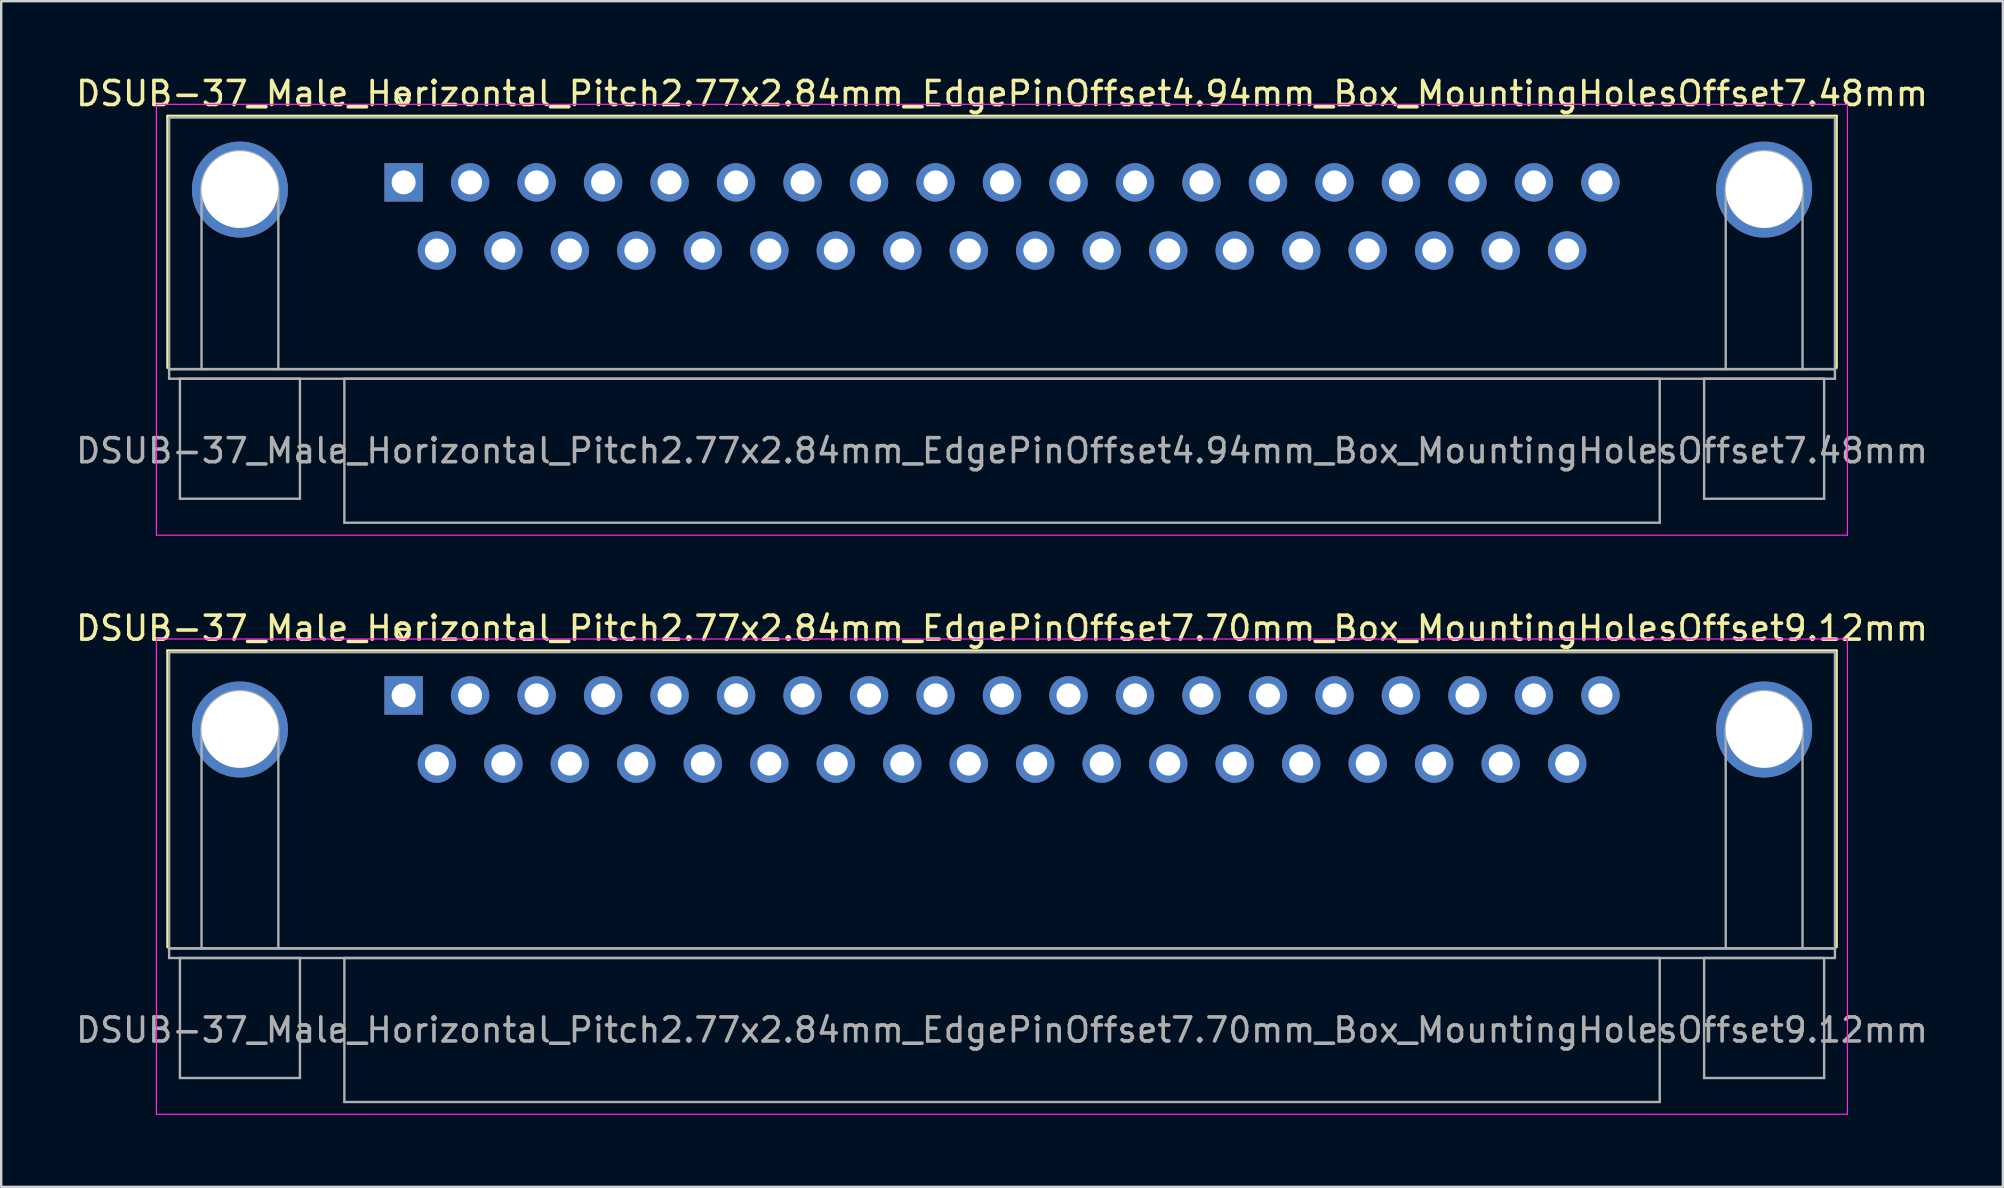
<source format=kicad_pcb>
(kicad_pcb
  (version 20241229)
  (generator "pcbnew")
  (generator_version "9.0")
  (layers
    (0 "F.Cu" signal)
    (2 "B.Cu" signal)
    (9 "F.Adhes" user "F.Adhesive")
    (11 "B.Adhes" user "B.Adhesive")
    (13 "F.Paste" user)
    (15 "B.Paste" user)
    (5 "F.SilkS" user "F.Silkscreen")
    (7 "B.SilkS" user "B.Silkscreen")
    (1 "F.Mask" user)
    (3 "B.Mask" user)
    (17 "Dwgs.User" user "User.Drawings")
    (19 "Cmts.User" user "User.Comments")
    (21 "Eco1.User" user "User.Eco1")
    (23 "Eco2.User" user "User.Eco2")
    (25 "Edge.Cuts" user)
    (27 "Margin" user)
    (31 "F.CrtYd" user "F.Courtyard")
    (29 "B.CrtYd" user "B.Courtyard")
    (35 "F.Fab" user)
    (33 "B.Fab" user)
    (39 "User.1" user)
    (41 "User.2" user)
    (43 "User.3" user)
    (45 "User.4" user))
  (footprint "DSUB-37_Male_Horizontal_Pitch2.77x2.84mm_EdgePinOffset7.70mm_Box_MountingHolesOffset9.12mm"
    (layer "F.Cu")
    (at 13.766 25.922)
    (property "Reference" "DSUB-37_Male_Horizontal_Pitch2.77x2.84mm_EdgePinOffset7.70mm_Box_MountingHolesOffset9.12mm" (at 24.93 -2.8 0) (layer "F.SilkS") (effects (font (size 1 1) (thickness 0.15))))
    (attr through_hole)
    (fp_line (start -9.83 -1.86) (end 59.69 -1.86) (stroke (width 0.12) (type solid)) (layer "F.SilkS"))
    (fp_line (start -9.83 10.48) (end -9.83 -1.86) (stroke (width 0.12) (type solid)) (layer "F.SilkS"))
    (fp_line (start -0.25 -2.754) (end 0.25 -2.754) (stroke (width 0.12) (type solid)) (layer "F.SilkS"))
    (fp_line (start 0 -2.321) (end -0.25 -2.754) (stroke (width 0.12) (type solid)) (layer "F.SilkS"))
    (fp_line (start 0.25 -2.754) (end 0 -2.321) (stroke (width 0.12) (type solid)) (layer "F.SilkS"))
    (fp_line (start 59.69 -1.86) (end 59.69 10.48) (stroke (width 0.12) (type solid)) (layer "F.SilkS"))
    (fp_line (start -10.3 -2.35) (end -10.3 17.45) (stroke (width 0.05) (type solid)) (layer "F.CrtYd"))
    (fp_line (start -10.3 17.45) (end 60.15 17.45) (stroke (width 0.05) (type solid)) (layer "F.CrtYd"))
    (fp_line (start 60.15 -2.35) (end -10.3 -2.35) (stroke (width 0.05) (type solid)) (layer "F.CrtYd"))
    (fp_line (start 60.15 17.45) (end 60.15 -2.35) (stroke (width 0.05) (type solid)) (layer "F.CrtYd"))
    (fp_line (start -9.77 -1.8) (end -9.77 10.54) (stroke (width 0.1) (type solid)) (layer "F.Fab"))
    (fp_line (start -9.77 10.54) (end -9.77 10.94) (stroke (width 0.1) (type solid)) (layer "F.Fab"))
    (fp_line (start -9.77 10.54) (end 59.63 10.54) (stroke (width 0.1) (type solid)) (layer "F.Fab"))
    (fp_line (start -9.77 10.94) (end 59.63 10.94) (stroke (width 0.1) (type solid)) (layer "F.Fab"))
    (fp_line (start -9.32 10.94) (end -9.32 15.94) (stroke (width 0.1) (type solid)) (layer "F.Fab"))
    (fp_line (start -9.32 15.94) (end -4.32 15.94) (stroke (width 0.1) (type solid)) (layer "F.Fab"))
    (fp_line (start -8.42 10.54) (end -8.42 1.42) (stroke (width 0.1) (type solid)) (layer "F.Fab"))
    (fp_line (start -5.22 10.54) (end -5.22 1.42) (stroke (width 0.1) (type solid)) (layer "F.Fab"))
    (fp_line (start -4.32 10.94) (end -9.32 10.94) (stroke (width 0.1) (type solid)) (layer "F.Fab"))
    (fp_line (start -4.32 15.94) (end -4.32 10.94) (stroke (width 0.1) (type solid)) (layer "F.Fab"))
    (fp_line (start -2.47 10.94) (end -2.47 16.94) (stroke (width 0.1) (type solid)) (layer "F.Fab"))
    (fp_line (start -2.47 16.94) (end 52.33 16.94) (stroke (width 0.1) (type solid)) (layer "F.Fab"))
    (fp_line (start 52.33 10.94) (end -2.47 10.94) (stroke (width 0.1) (type solid)) (layer "F.Fab"))
    (fp_line (start 52.33 16.94) (end 52.33 10.94) (stroke (width 0.1) (type solid)) (layer "F.Fab"))
    (fp_line (start 54.18 10.94) (end 54.18 15.94) (stroke (width 0.1) (type solid)) (layer "F.Fab"))
    (fp_line (start 54.18 15.94) (end 59.18 15.94) (stroke (width 0.1) (type solid)) (layer "F.Fab"))
    (fp_line (start 55.08 10.54) (end 55.08 1.42) (stroke (width 0.1) (type solid)) (layer "F.Fab"))
    (fp_line (start 58.28 10.54) (end 58.28 1.42) (stroke (width 0.1) (type solid)) (layer "F.Fab"))
    (fp_line (start 59.18 10.94) (end 54.18 10.94) (stroke (width 0.1) (type solid)) (layer "F.Fab"))
    (fp_line (start 59.18 15.94) (end 59.18 10.94) (stroke (width 0.1) (type solid)) (layer "F.Fab"))
    (fp_line (start 59.63 -1.8) (end -9.77 -1.8) (stroke (width 0.1) (type solid)) (layer "F.Fab"))
    (fp_line (start 59.63 10.54) (end -9.77 10.54) (stroke (width 0.1) (type solid)) (layer "F.Fab"))
    (fp_line (start 59.63 10.54) (end 59.63 -1.8) (stroke (width 0.1) (type solid)) (layer "F.Fab"))
    (fp_line (start 59.63 10.94) (end 59.63 10.54) (stroke (width 0.1) (type solid)) (layer "F.Fab"))
    (fp_arc (start -8.42 1.42) (mid -6.82 -0.18) (end -5.22 1.42) (stroke (width 0.1) (type solid)) (layer "F.Fab"))
    (fp_arc (start 55.08 1.42) (mid 56.68 -0.18) (end 58.28 1.42) (stroke (width 0.1) (type solid)) (layer "F.Fab"))
    (fp_text user "${REFERENCE}" (at 24.93 13.94 0) (layer "F.Fab") (effects (font (size 1 1) (thickness 0.15))))
    (pad "0" thru_hole circle (at -6.82 1.42) (size 4 4) (drill 3.2) (layers "*.Cu" "*.Mask"))
    (pad "0" thru_hole circle (at 56.68 1.42) (size 4 4) (drill 3.2) (layers "*.Cu" "*.Mask"))
    (pad "1" thru_hole rect (at 0 0) (size 1.6 1.6) (drill 1) (layers "*.Cu" "*.Mask"))
    (pad "2" thru_hole circle (at 2.77 0) (size 1.6 1.6) (drill 1) (layers "*.Cu" "*.Mask"))
    (pad "3" thru_hole circle (at 5.54 0) (size 1.6 1.6) (drill 1) (layers "*.Cu" "*.Mask"))
    (pad "4" thru_hole circle (at 8.31 0) (size 1.6 1.6) (drill 1) (layers "*.Cu" "*.Mask"))
    (pad "5" thru_hole circle (at 11.08 0) (size 1.6 1.6) (drill 1) (layers "*.Cu" "*.Mask"))
    (pad "6" thru_hole circle (at 13.85 0) (size 1.6 1.6) (drill 1) (layers "*.Cu" "*.Mask"))
    (pad "7" thru_hole circle (at 16.62 0) (size 1.6 1.6) (drill 1) (layers "*.Cu" "*.Mask"))
    (pad "8" thru_hole circle (at 19.39 0) (size 1.6 1.6) (drill 1) (layers "*.Cu" "*.Mask"))
    (pad "9" thru_hole circle (at 22.16 0) (size 1.6 1.6) (drill 1) (layers "*.Cu" "*.Mask"))
    (pad "10" thru_hole circle (at 24.93 0) (size 1.6 1.6) (drill 1) (layers "*.Cu" "*.Mask"))
    (pad "11" thru_hole circle (at 27.7 0) (size 1.6 1.6) (drill 1) (layers "*.Cu" "*.Mask"))
    (pad "12" thru_hole circle (at 30.47 0) (size 1.6 1.6) (drill 1) (layers "*.Cu" "*.Mask"))
    (pad "13" thru_hole circle (at 33.24 0) (size 1.6 1.6) (drill 1) (layers "*.Cu" "*.Mask"))
    (pad "14" thru_hole circle (at 36.01 0) (size 1.6 1.6) (drill 1) (layers "*.Cu" "*.Mask"))
    (pad "15" thru_hole circle (at 38.78 0) (size 1.6 1.6) (drill 1) (layers "*.Cu" "*.Mask"))
    (pad "16" thru_hole circle (at 41.55 0) (size 1.6 1.6) (drill 1) (layers "*.Cu" "*.Mask"))
    (pad "17" thru_hole circle (at 44.32 0) (size 1.6 1.6) (drill 1) (layers "*.Cu" "*.Mask"))
    (pad "18" thru_hole circle (at 47.09 0) (size 1.6 1.6) (drill 1) (layers "*.Cu" "*.Mask"))
    (pad "19" thru_hole circle (at 49.86 0) (size 1.6 1.6) (drill 1) (layers "*.Cu" "*.Mask"))
    (pad "20" thru_hole circle (at 1.385 2.84) (size 1.6 1.6) (drill 1) (layers "*.Cu" "*.Mask"))
    (pad "21" thru_hole circle (at 4.155 2.84) (size 1.6 1.6) (drill 1) (layers "*.Cu" "*.Mask"))
    (pad "22" thru_hole circle (at 6.925 2.84) (size 1.6 1.6) (drill 1) (layers "*.Cu" "*.Mask"))
    (pad "23" thru_hole circle (at 9.695 2.84) (size 1.6 1.6) (drill 1) (layers "*.Cu" "*.Mask"))
    (pad "24" thru_hole circle (at 12.465 2.84) (size 1.6 1.6) (drill 1) (layers "*.Cu" "*.Mask"))
    (pad "25" thru_hole circle (at 15.235 2.84) (size 1.6 1.6) (drill 1) (layers "*.Cu" "*.Mask"))
    (pad "26" thru_hole circle (at 18.005 2.84) (size 1.6 1.6) (drill 1) (layers "*.Cu" "*.Mask"))
    (pad "27" thru_hole circle (at 20.775 2.84) (size 1.6 1.6) (drill 1) (layers "*.Cu" "*.Mask"))
    (pad "28" thru_hole circle (at 23.545 2.84) (size 1.6 1.6) (drill 1) (layers "*.Cu" "*.Mask"))
    (pad "29" thru_hole circle (at 26.315 2.84) (size 1.6 1.6) (drill 1) (layers "*.Cu" "*.Mask"))
    (pad "30" thru_hole circle (at 29.085 2.84) (size 1.6 1.6) (drill 1) (layers "*.Cu" "*.Mask"))
    (pad "31" thru_hole circle (at 31.855 2.84) (size 1.6 1.6) (drill 1) (layers "*.Cu" "*.Mask"))
    (pad "32" thru_hole circle (at 34.625 2.84) (size 1.6 1.6) (drill 1) (layers "*.Cu" "*.Mask"))
    (pad "33" thru_hole circle (at 37.395 2.84) (size 1.6 1.6) (drill 1) (layers "*.Cu" "*.Mask"))
    (pad "34" thru_hole circle (at 40.165 2.84) (size 1.6 1.6) (drill 1) (layers "*.Cu" "*.Mask"))
    (pad "35" thru_hole circle (at 42.935 2.84) (size 1.6 1.6) (drill 1) (layers "*.Cu" "*.Mask"))
    (pad "36" thru_hole circle (at 45.705 2.84) (size 1.6 1.6) (drill 1) (layers "*.Cu" "*.Mask"))
    (pad "37" thru_hole circle (at 48.475 2.84) (size 1.6 1.6) (drill 1) (layers "*.Cu" "*.Mask")))
  (footprint "DSUB-37_Male_Horizontal_Pitch2.77x2.84mm_EdgePinOffset4.94mm_Box_MountingHolesOffset7.48mm"
    (layer "F.Cu")
    (at 13.766 4.548)
    (property "Reference" "DSUB-37_Male_Horizontal_Pitch2.77x2.84mm_EdgePinOffset4.94mm_Box_MountingHolesOffset7.48mm" (at 24.93 -3.7 0) (layer "F.SilkS") (effects (font (size 1 1) (thickness 0.15))))
    (attr through_hole)
    (fp_line (start -9.83 -2.76) (end 59.69 -2.76) (stroke (width 0.12) (type solid)) (layer "F.SilkS"))
    (fp_line (start -9.83 7.72) (end -9.83 -2.76) (stroke (width 0.12) (type solid)) (layer "F.SilkS"))
    (fp_line (start -0.25 -3.654) (end 0.25 -3.654) (stroke (width 0.12) (type solid)) (layer "F.SilkS"))
    (fp_line (start 0 -3.221) (end -0.25 -3.654) (stroke (width 0.12) (type solid)) (layer "F.SilkS"))
    (fp_line (start 0.25 -3.654) (end 0 -3.221) (stroke (width 0.12) (type solid)) (layer "F.SilkS"))
    (fp_line (start 59.69 -2.76) (end 59.69 7.72) (stroke (width 0.12) (type solid)) (layer "F.SilkS"))
    (fp_line (start -10.3 -3.25) (end -10.3 14.7) (stroke (width 0.05) (type solid)) (layer "F.CrtYd"))
    (fp_line (start -10.3 14.7) (end 60.15 14.7) (stroke (width 0.05) (type solid)) (layer "F.CrtYd"))
    (fp_line (start 60.15 -3.25) (end -10.3 -3.25) (stroke (width 0.05) (type solid)) (layer "F.CrtYd"))
    (fp_line (start 60.15 14.7) (end 60.15 -3.25) (stroke (width 0.05) (type solid)) (layer "F.CrtYd"))
    (fp_line (start -9.77 -2.7) (end -9.77 7.78) (stroke (width 0.1) (type solid)) (layer "F.Fab"))
    (fp_line (start -9.77 7.78) (end -9.77 8.18) (stroke (width 0.1) (type solid)) (layer "F.Fab"))
    (fp_line (start -9.77 7.78) (end 59.63 7.78) (stroke (width 0.1) (type solid)) (layer "F.Fab"))
    (fp_line (start -9.77 8.18) (end 59.63 8.18) (stroke (width 0.1) (type solid)) (layer "F.Fab"))
    (fp_line (start -9.32 8.18) (end -9.32 13.18) (stroke (width 0.1) (type solid)) (layer "F.Fab"))
    (fp_line (start -9.32 13.18) (end -4.32 13.18) (stroke (width 0.1) (type solid)) (layer "F.Fab"))
    (fp_line (start -8.42 7.78) (end -8.42 0.3) (stroke (width 0.1) (type solid)) (layer "F.Fab"))
    (fp_line (start -5.22 7.78) (end -5.22 0.3) (stroke (width 0.1) (type solid)) (layer "F.Fab"))
    (fp_line (start -4.32 8.18) (end -9.32 8.18) (stroke (width 0.1) (type solid)) (layer "F.Fab"))
    (fp_line (start -4.32 13.18) (end -4.32 8.18) (stroke (width 0.1) (type solid)) (layer "F.Fab"))
    (fp_line (start -2.47 8.18) (end -2.47 14.18) (stroke (width 0.1) (type solid)) (layer "F.Fab"))
    (fp_line (start -2.47 14.18) (end 52.33 14.18) (stroke (width 0.1) (type solid)) (layer "F.Fab"))
    (fp_line (start 52.33 8.18) (end -2.47 8.18) (stroke (width 0.1) (type solid)) (layer "F.Fab"))
    (fp_line (start 52.33 14.18) (end 52.33 8.18) (stroke (width 0.1) (type solid)) (layer "F.Fab"))
    (fp_line (start 54.18 8.18) (end 54.18 13.18) (stroke (width 0.1) (type solid)) (layer "F.Fab"))
    (fp_line (start 54.18 13.18) (end 59.18 13.18) (stroke (width 0.1) (type solid)) (layer "F.Fab"))
    (fp_line (start 55.08 7.78) (end 55.08 0.3) (stroke (width 0.1) (type solid)) (layer "F.Fab"))
    (fp_line (start 58.28 7.78) (end 58.28 0.3) (stroke (width 0.1) (type solid)) (layer "F.Fab"))
    (fp_line (start 59.18 8.18) (end 54.18 8.18) (stroke (width 0.1) (type solid)) (layer "F.Fab"))
    (fp_line (start 59.18 13.18) (end 59.18 8.18) (stroke (width 0.1) (type solid)) (layer "F.Fab"))
    (fp_line (start 59.63 -2.7) (end -9.77 -2.7) (stroke (width 0.1) (type solid)) (layer "F.Fab"))
    (fp_line (start 59.63 7.78) (end -9.77 7.78) (stroke (width 0.1) (type solid)) (layer "F.Fab"))
    (fp_line (start 59.63 7.78) (end 59.63 -2.7) (stroke (width 0.1) (type solid)) (layer "F.Fab"))
    (fp_line (start 59.63 8.18) (end 59.63 7.78) (stroke (width 0.1) (type solid)) (layer "F.Fab"))
    (fp_arc (start -8.42 0.3) (mid -6.82 -1.3) (end -5.22 0.3) (stroke (width 0.1) (type solid)) (layer "F.Fab"))
    (fp_arc (start 55.08 0.3) (mid 56.68 -1.3) (end 58.28 0.3) (stroke (width 0.1) (type solid)) (layer "F.Fab"))
    (fp_text user "${REFERENCE}" (at 24.93 11.18 0) (layer "F.Fab") (effects (font (size 1 1) (thickness 0.15))))
    (pad "0" thru_hole circle (at -6.82 0.3) (size 4 4) (drill 3.2) (layers "*.Cu" "*.Mask"))
    (pad "0" thru_hole circle (at 56.68 0.3) (size 4 4) (drill 3.2) (layers "*.Cu" "*.Mask"))
    (pad "1" thru_hole rect (at 0 0) (size 1.6 1.6) (drill 1) (layers "*.Cu" "*.Mask"))
    (pad "2" thru_hole circle (at 2.77 0) (size 1.6 1.6) (drill 1) (layers "*.Cu" "*.Mask"))
    (pad "3" thru_hole circle (at 5.54 0) (size 1.6 1.6) (drill 1) (layers "*.Cu" "*.Mask"))
    (pad "4" thru_hole circle (at 8.31 0) (size 1.6 1.6) (drill 1) (layers "*.Cu" "*.Mask"))
    (pad "5" thru_hole circle (at 11.08 0) (size 1.6 1.6) (drill 1) (layers "*.Cu" "*.Mask"))
    (pad "6" thru_hole circle (at 13.85 0) (size 1.6 1.6) (drill 1) (layers "*.Cu" "*.Mask"))
    (pad "7" thru_hole circle (at 16.62 0) (size 1.6 1.6) (drill 1) (layers "*.Cu" "*.Mask"))
    (pad "8" thru_hole circle (at 19.39 0) (size 1.6 1.6) (drill 1) (layers "*.Cu" "*.Mask"))
    (pad "9" thru_hole circle (at 22.16 0) (size 1.6 1.6) (drill 1) (layers "*.Cu" "*.Mask"))
    (pad "10" thru_hole circle (at 24.93 0) (size 1.6 1.6) (drill 1) (layers "*.Cu" "*.Mask"))
    (pad "11" thru_hole circle (at 27.7 0) (size 1.6 1.6) (drill 1) (layers "*.Cu" "*.Mask"))
    (pad "12" thru_hole circle (at 30.47 0) (size 1.6 1.6) (drill 1) (layers "*.Cu" "*.Mask"))
    (pad "13" thru_hole circle (at 33.24 0) (size 1.6 1.6) (drill 1) (layers "*.Cu" "*.Mask"))
    (pad "14" thru_hole circle (at 36.01 0) (size 1.6 1.6) (drill 1) (layers "*.Cu" "*.Mask"))
    (pad "15" thru_hole circle (at 38.78 0) (size 1.6 1.6) (drill 1) (layers "*.Cu" "*.Mask"))
    (pad "16" thru_hole circle (at 41.55 0) (size 1.6 1.6) (drill 1) (layers "*.Cu" "*.Mask"))
    (pad "17" thru_hole circle (at 44.32 0) (size 1.6 1.6) (drill 1) (layers "*.Cu" "*.Mask"))
    (pad "18" thru_hole circle (at 47.09 0) (size 1.6 1.6) (drill 1) (layers "*.Cu" "*.Mask"))
    (pad "19" thru_hole circle (at 49.86 0) (size 1.6 1.6) (drill 1) (layers "*.Cu" "*.Mask"))
    (pad "20" thru_hole circle (at 1.385 2.84) (size 1.6 1.6) (drill 1) (layers "*.Cu" "*.Mask"))
    (pad "21" thru_hole circle (at 4.155 2.84) (size 1.6 1.6) (drill 1) (layers "*.Cu" "*.Mask"))
    (pad "22" thru_hole circle (at 6.925 2.84) (size 1.6 1.6) (drill 1) (layers "*.Cu" "*.Mask"))
    (pad "23" thru_hole circle (at 9.695 2.84) (size 1.6 1.6) (drill 1) (layers "*.Cu" "*.Mask"))
    (pad "24" thru_hole circle (at 12.465 2.84) (size 1.6 1.6) (drill 1) (layers "*.Cu" "*.Mask"))
    (pad "25" thru_hole circle (at 15.235 2.84) (size 1.6 1.6) (drill 1) (layers "*.Cu" "*.Mask"))
    (pad "26" thru_hole circle (at 18.005 2.84) (size 1.6 1.6) (drill 1) (layers "*.Cu" "*.Mask"))
    (pad "27" thru_hole circle (at 20.775 2.84) (size 1.6 1.6) (drill 1) (layers "*.Cu" "*.Mask"))
    (pad "28" thru_hole circle (at 23.545 2.84) (size 1.6 1.6) (drill 1) (layers "*.Cu" "*.Mask"))
    (pad "29" thru_hole circle (at 26.315 2.84) (size 1.6 1.6) (drill 1) (layers "*.Cu" "*.Mask"))
    (pad "30" thru_hole circle (at 29.085 2.84) (size 1.6 1.6) (drill 1) (layers "*.Cu" "*.Mask"))
    (pad "31" thru_hole circle (at 31.855 2.84) (size 1.6 1.6) (drill 1) (layers "*.Cu" "*.Mask"))
    (pad "32" thru_hole circle (at 34.625 2.84) (size 1.6 1.6) (drill 1) (layers "*.Cu" "*.Mask"))
    (pad "33" thru_hole circle (at 37.395 2.84) (size 1.6 1.6) (drill 1) (layers "*.Cu" "*.Mask"))
    (pad "34" thru_hole circle (at 40.165 2.84) (size 1.6 1.6) (drill 1) (layers "*.Cu" "*.Mask"))
    (pad "35" thru_hole circle (at 42.935 2.84) (size 1.6 1.6) (drill 1) (layers "*.Cu" "*.Mask"))
    (pad "36" thru_hole circle (at 45.705 2.84) (size 1.6 1.6) (drill 1) (layers "*.Cu" "*.Mask"))
    (pad "37" thru_hole circle (at 48.475 2.84) (size 1.6 1.6) (drill 1) (layers "*.Cu" "*.Mask")))
  (gr_rect
    (start -3 -3)
    (end 80.393 46.397)
    (stroke (width 0.1) (type default))
    (fill no)
    (layer "Edge.Cuts")))
</source>
